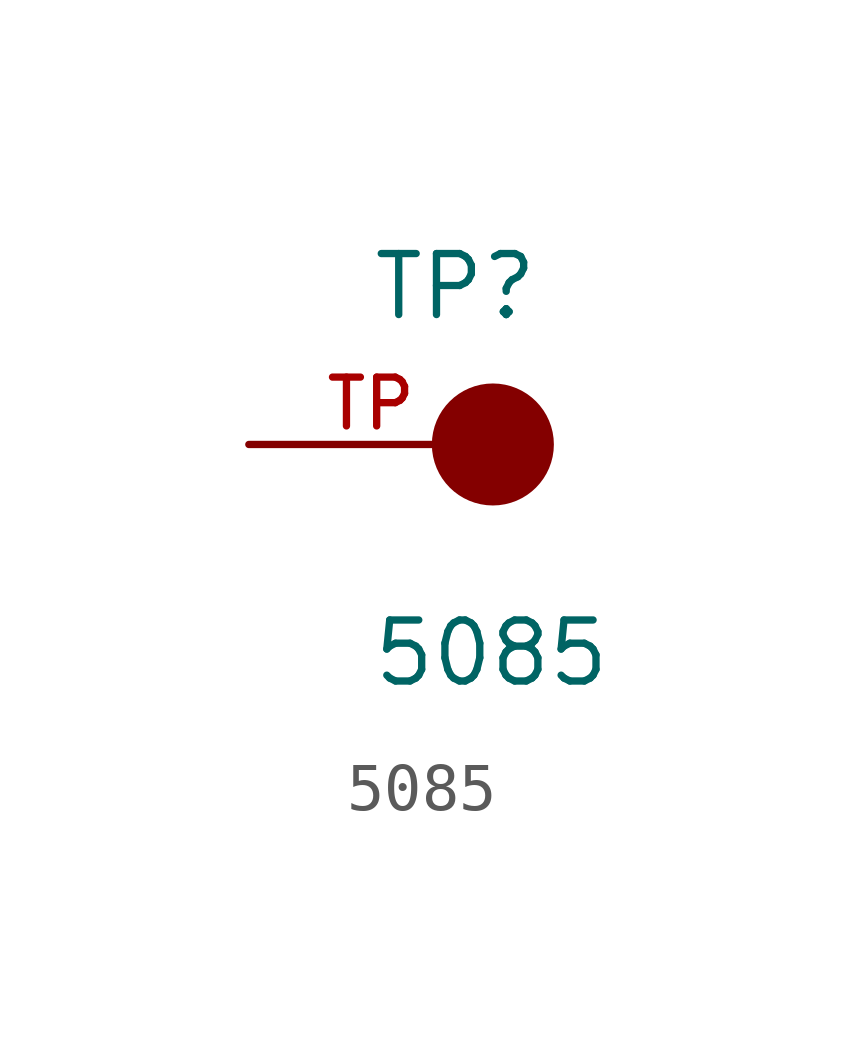
<source format=kicad_sym>
(kicad_symbol_lib
  (version 20211014)
  (generator kicad_symbol_editor)
  (symbol "5085"
    (pin_names
      (offset 1.016))
    (property "Reference" "TP"
      (at -2.544 2.541 0)
      (effects (font (size 1.27 1.27)) (justify bottom left)))
    (property "Value" "5085"
      (at -2.55 -5.087 0)
      (effects (font (size 1.27 1.27)) (justify bottom left)))
    (symbol "5085_0_0"
      (circle (center 0.0 0.0) (radius 0.635) (stroke (width 1.27)) (fill (type none)))
      (pin passive line (at -5.08 0.0 0) (length 5.08) (name "~" (effects (font (size 1.016 1.016)))) (number "TP" (effects (font (size 1.016 1.016))))))))
</source>
